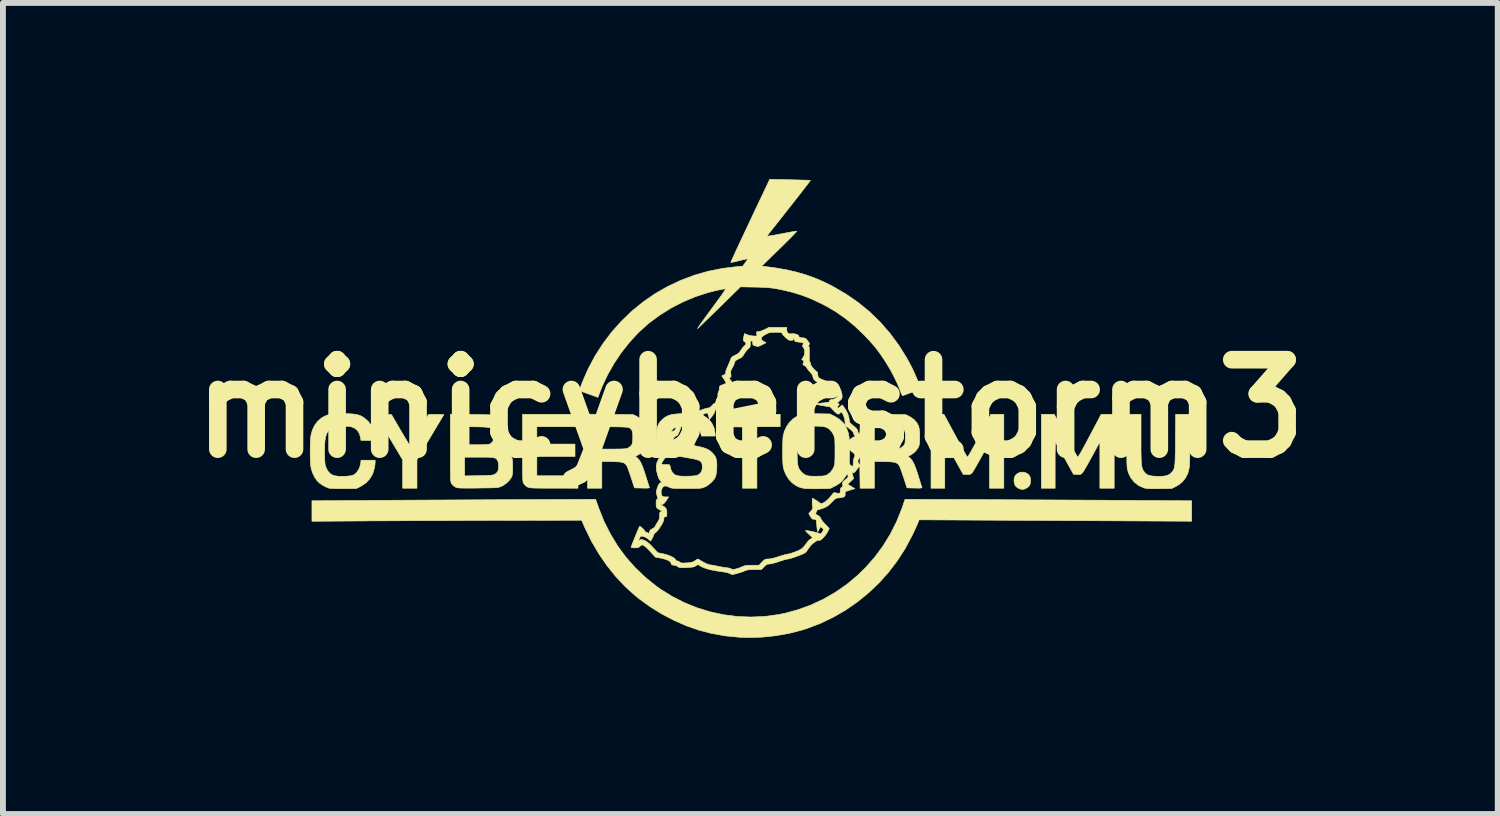
<source format=kicad_pcb>
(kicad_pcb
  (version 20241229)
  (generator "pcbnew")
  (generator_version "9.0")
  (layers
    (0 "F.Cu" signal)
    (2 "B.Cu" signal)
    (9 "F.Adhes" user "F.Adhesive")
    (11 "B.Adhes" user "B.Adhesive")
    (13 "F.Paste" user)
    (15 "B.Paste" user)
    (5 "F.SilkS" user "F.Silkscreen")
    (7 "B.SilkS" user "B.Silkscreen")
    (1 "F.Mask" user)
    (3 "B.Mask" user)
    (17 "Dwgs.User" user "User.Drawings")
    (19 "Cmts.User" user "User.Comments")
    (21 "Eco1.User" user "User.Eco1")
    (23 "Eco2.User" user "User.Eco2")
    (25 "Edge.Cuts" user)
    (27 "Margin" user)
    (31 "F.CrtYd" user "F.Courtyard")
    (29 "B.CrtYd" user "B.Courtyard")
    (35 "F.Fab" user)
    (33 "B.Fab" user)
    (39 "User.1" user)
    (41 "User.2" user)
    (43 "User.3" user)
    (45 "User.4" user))
  (footprint "minicyberstorm3"
    (layer "F.Cu")
    (at 9.732 3.912)
    (property "Reference" "minicyberstorm3" (at 0 0 0) (layer "F.SilkS") (effects (font (size 1.524 1.524) (thickness 0.3))))
    (attr through_hole)
    (fp_poly (pts (xy 4.691 1.091) (xy 4.732 1.115) (xy 4.761 1.152) (xy 4.762 1.154) (xy 4.773 1.193) (xy 4.774 1.24) (xy 4.766 1.285) (xy 4.759 1.303) (xy 4.737 1.33) (xy 4.702 1.354) (xy 4.663 1.371) (xy 4.633 1.375) (xy 4.608 1.371) (xy 4.576 1.36) (xy 4.565 1.355) (xy 4.524 1.326) (xy 4.5 1.285) (xy 4.491 1.231) (xy 4.491 1.226) (xy 4.497 1.173) (xy 4.518 1.133) (xy 4.551 1.104) (xy 4.595 1.084) (xy 4.643 1.08) (xy 4.691 1.091)) (stroke (width 0.01) (type solid)) (fill yes) (layer "F.SilkS"))
    (fp_poly (pts (xy -2.936 0.307) (xy -3.637 0.307) (xy -3.637 0.603) (xy -2.987 0.603) (xy -2.987 0.815) (xy -3.637 0.815) (xy -3.637 1.143) (xy -2.936 1.143) (xy -2.936 1.355) (xy -3.345 1.354) (xy -3.448 1.354) (xy -3.532 1.354) (xy -3.601 1.353) (xy -3.655 1.353) (xy -3.697 1.351) (xy -3.728 1.349) (xy -3.752 1.347) (xy -3.77 1.344) (xy -3.784 1.34) (xy -3.795 1.335) (xy -3.796 1.335) (xy -3.831 1.311) (xy -3.858 1.279) (xy -3.859 1.278) (xy -3.864 1.27) (xy -3.868 1.261) (xy -3.871 1.249) (xy -3.874 1.234) (xy -3.876 1.212) (xy -3.878 1.183) (xy -3.879 1.145) (xy -3.88 1.095) (xy -3.881 1.033) (xy -3.881 0.955) (xy -3.881 0.862) (xy -3.881 0.749) (xy -3.881 0.668) (xy -3.881 0.095) (xy -2.936 0.095) (xy -2.936 0.307)) (stroke (width 0.01) (type solid)) (fill yes) (layer "F.SilkS"))
    (fp_poly (pts (xy -5.347 0.098) (xy -5.346 0.098) (xy -5.221 0.101) (xy -5.45 0.484) (xy -5.679 0.868) (xy -5.679 1.355) (xy -5.923 1.355) (xy -5.923 0.87) (xy -6.152 0.487) (xy -6.2 0.406) (xy -6.245 0.33) (xy -6.286 0.262) (xy -6.32 0.203) (xy -6.348 0.156) (xy -6.368 0.122) (xy -6.379 0.103) (xy -6.38 0.099) (xy -6.371 0.098) (xy -6.345 0.097) (xy -6.306 0.097) (xy -6.258 0.097) (xy -6.247 0.098) (xy -6.113 0.101) (xy -5.962 0.36) (xy -5.923 0.426) (xy -5.887 0.487) (xy -5.856 0.539) (xy -5.831 0.58) (xy -5.813 0.608) (xy -5.804 0.621) (xy -5.804 0.622) (xy -5.797 0.614) (xy -5.781 0.59) (xy -5.757 0.552) (xy -5.727 0.503) (xy -5.692 0.445) (xy -5.654 0.38) (xy -5.645 0.364) (xy -5.605 0.297) (xy -5.569 0.236) (xy -5.537 0.184) (xy -5.511 0.142) (xy -5.492 0.113) (xy -5.482 0.1) (xy -5.481 0.099) (xy -5.467 0.098) (xy -5.437 0.097) (xy -5.396 0.097) (xy -5.347 0.098)) (stroke (width 0.01) (type solid)) (fill yes) (layer "F.SilkS"))
    (fp_poly (pts (xy 4.318 1.355) (xy 4.074 1.355) (xy 4.074 0.566) (xy 3.94 0.814) (xy 3.902 0.881) (xy 3.867 0.944) (xy 3.835 1) (xy 3.809 1.045) (xy 3.789 1.077) (xy 3.778 1.092) (xy 3.76 1.109) (xy 3.744 1.118) (xy 3.72 1.121) (xy 3.688 1.12) (xy 3.625 1.117) (xy 3.478 0.852) (xy 3.44 0.784) (xy 3.405 0.721) (xy 3.375 0.667) (xy 3.35 0.624) (xy 3.332 0.593) (xy 3.323 0.578) (xy 3.322 0.577) (xy 3.319 0.585) (xy 3.317 0.613) (xy 3.315 0.66) (xy 3.314 0.725) (xy 3.313 0.808) (xy 3.312 0.908) (xy 3.312 0.961) (xy 3.312 1.355) (xy 3.078 1.355) (xy 3.078 0.095) (xy 3.188 0.095) (xy 3.297 0.095) (xy 3.489 0.45) (xy 3.532 0.53) (xy 3.573 0.604) (xy 3.609 0.671) (xy 3.64 0.728) (xy 3.665 0.773) (xy 3.683 0.805) (xy 3.692 0.82) (xy 3.693 0.821) (xy 3.697 0.822) (xy 3.705 0.815) (xy 3.718 0.798) (xy 3.735 0.77) (xy 3.758 0.73) (xy 3.788 0.676) (xy 3.826 0.607) (xy 3.871 0.521) (xy 3.9 0.466) (xy 4.097 0.095) (xy 4.318 0.095) (xy 4.318 1.355)) (stroke (width 0.01) (type solid)) (fill yes) (layer "F.SilkS"))
    (fp_poly (pts (xy 6.198 1.355) (xy 5.954 1.355) (xy 5.954 0.566) (xy 5.819 0.814) (xy 5.782 0.881) (xy 5.747 0.944) (xy 5.715 1) (xy 5.688 1.045) (xy 5.668 1.077) (xy 5.657 1.092) (xy 5.64 1.109) (xy 5.623 1.118) (xy 5.6 1.121) (xy 5.567 1.12) (xy 5.505 1.117) (xy 5.358 0.852) (xy 5.32 0.784) (xy 5.285 0.721) (xy 5.254 0.667) (xy 5.229 0.624) (xy 5.212 0.593) (xy 5.202 0.578) (xy 5.201 0.577) (xy 5.199 0.585) (xy 5.197 0.613) (xy 5.195 0.66) (xy 5.193 0.725) (xy 5.192 0.808) (xy 5.192 0.908) (xy 5.192 0.961) (xy 5.192 1.355) (xy 4.958 1.355) (xy 4.958 0.095) (xy 5.067 0.095) (xy 5.177 0.095) (xy 5.369 0.45) (xy 5.412 0.53) (xy 5.452 0.604) (xy 5.489 0.671) (xy 5.52 0.728) (xy 5.545 0.773) (xy 5.563 0.805) (xy 5.572 0.82) (xy 5.572 0.821) (xy 5.577 0.822) (xy 5.585 0.815) (xy 5.597 0.798) (xy 5.615 0.77) (xy 5.638 0.73) (xy 5.668 0.676) (xy 5.705 0.607) (xy 5.751 0.521) (xy 5.78 0.466) (xy 5.977 0.095) (xy 6.198 0.095) (xy 6.198 1.355)) (stroke (width 0.01) (type solid)) (fill yes) (layer "F.SilkS"))
    (fp_poly (pts (xy 6.655 0.517) (xy 6.655 0.632) (xy 6.655 0.729) (xy 6.657 0.809) (xy 6.659 0.873) (xy 6.662 0.925) (xy 6.666 0.966) (xy 6.672 0.998) (xy 6.679 1.024) (xy 6.688 1.044) (xy 6.7 1.063) (xy 6.712 1.079) (xy 6.738 1.107) (xy 6.766 1.126) (xy 6.801 1.139) (xy 6.847 1.147) (xy 6.908 1.151) (xy 6.913 1.152) (xy 6.991 1.153) (xy 7.053 1.148) (xy 7.101 1.137) (xy 7.14 1.118) (xy 7.171 1.092) (xy 7.187 1.075) (xy 7.199 1.059) (xy 7.21 1.042) (xy 7.218 1.021) (xy 7.225 0.995) (xy 7.23 0.961) (xy 7.234 0.917) (xy 7.236 0.862) (xy 7.238 0.793) (xy 7.24 0.708) (xy 7.241 0.605) (xy 7.241 0.532) (xy 7.245 0.095) (xy 7.488 0.095) (xy 7.488 0.516) (xy 7.488 0.617) (xy 7.487 0.712) (xy 7.486 0.799) (xy 7.484 0.873) (xy 7.482 0.935) (xy 7.48 0.979) (xy 7.477 1.005) (xy 7.453 1.099) (xy 7.413 1.18) (xy 7.357 1.249) (xy 7.286 1.304) (xy 7.257 1.32) (xy 7.179 1.36) (xy 6.965 1.362) (xy 6.891 1.363) (xy 6.833 1.363) (xy 6.79 1.362) (xy 6.756 1.359) (xy 6.73 1.355) (xy 6.707 1.35) (xy 6.695 1.346) (xy 6.612 1.307) (xy 6.541 1.251) (xy 6.484 1.182) (xy 6.443 1.1) (xy 6.422 1.029) (xy 6.419 1.001) (xy 6.416 0.952) (xy 6.414 0.884) (xy 6.412 0.797) (xy 6.411 0.691) (xy 6.411 0.567) (xy 6.411 0.534) (xy 6.411 0.095) (xy 6.655 0.095) (xy 6.655 0.517)) (stroke (width 0.01) (type solid)) (fill yes) (layer "F.SilkS"))
    (fp_poly (pts (xy -2.385 0.097) (xy -1.996 0.101) (xy -1.928 0.135) (xy -1.86 0.18) (xy -1.81 0.234) (xy -1.777 0.297) (xy -1.773 0.311) (xy -1.765 0.35) (xy -1.76 0.404) (xy -1.758 0.464) (xy -1.758 0.525) (xy -1.761 0.58) (xy -1.767 0.622) (xy -1.769 0.628) (xy -1.787 0.669) (xy -1.819 0.713) (xy -1.86 0.753) (xy -1.903 0.783) (xy -1.911 0.788) (xy -1.958 0.811) (xy -1.921 0.843) (xy -1.9 0.865) (xy -1.88 0.893) (xy -1.86 0.931) (xy -1.839 0.979) (xy -1.816 1.042) (xy -1.789 1.122) (xy -1.778 1.159) (xy -1.76 1.216) (xy -1.744 1.266) (xy -1.731 1.307) (xy -1.722 1.333) (xy -1.72 1.342) (xy -1.722 1.347) (xy -1.734 1.351) (xy -1.76 1.353) (xy -1.802 1.353) (xy -1.844 1.352) (xy -1.974 1.349) (xy -2.031 1.174) (xy -2.051 1.115) (xy -2.07 1.061) (xy -2.086 1.016) (xy -2.099 0.984) (xy -2.106 0.971) (xy -2.122 0.948) (xy -2.141 0.932) (xy -2.165 0.92) (xy -2.199 0.911) (xy -2.244 0.906) (xy -2.305 0.903) (xy -2.36 0.901) (xy -2.53 0.898) (xy -2.53 1.355) (xy -2.774 1.355) (xy -2.774 0.688) (xy -2.53 0.688) (xy -2.326 0.688) (xy -2.248 0.687) (xy -2.187 0.686) (xy -2.142 0.683) (xy -2.111 0.679) (xy -2.091 0.674) (xy -2.09 0.673) (xy -2.06 0.655) (xy -2.032 0.63) (xy -2.032 0.63) (xy -2.02 0.614) (xy -2.012 0.595) (xy -2.007 0.569) (xy -2.004 0.529) (xy -2.003 0.507) (xy -2.003 0.444) (xy -2.008 0.398) (xy -2.02 0.364) (xy -2.04 0.34) (xy -2.051 0.331) (xy -2.062 0.325) (xy -2.077 0.32) (xy -2.098 0.316) (xy -2.129 0.314) (xy -2.172 0.312) (xy -2.229 0.31) (xy -2.304 0.309) (xy -2.53 0.305) (xy -2.53 0.688) (xy -2.774 0.688) (xy -2.774 0.094) (xy -2.385 0.097)) (stroke (width 0.01) (type solid)) (fill yes) (layer "F.SilkS"))
    (fp_poly (pts (xy -6.846 0.086) (xy -6.776 0.09) (xy -6.718 0.097) (xy -6.671 0.109) (xy -6.629 0.125) (xy -6.591 0.148) (xy -6.57 0.163) (xy -6.508 0.218) (xy -6.46 0.282) (xy -6.426 0.357) (xy -6.403 0.448) (xy -6.396 0.489) (xy -6.389 0.54) (xy -6.633 0.54) (xy -6.64 0.495) (xy -6.659 0.425) (xy -6.693 0.371) (xy -6.741 0.331) (xy -6.803 0.307) (xy -6.807 0.306) (xy -6.843 0.301) (xy -6.892 0.298) (xy -6.948 0.298) (xy -6.974 0.298) (xy -7.027 0.301) (xy -7.065 0.305) (xy -7.093 0.311) (xy -7.117 0.321) (xy -7.13 0.328) (xy -7.168 0.355) (xy -7.198 0.389) (xy -7.22 0.432) (xy -7.237 0.486) (xy -7.247 0.554) (xy -7.252 0.638) (xy -7.253 0.739) (xy -7.252 0.778) (xy -7.251 0.845) (xy -7.249 0.895) (xy -7.246 0.931) (xy -7.242 0.959) (xy -7.236 0.981) (xy -7.228 1.002) (xy -7.22 1.02) (xy -7.193 1.067) (xy -7.161 1.103) (xy -7.122 1.128) (xy -7.072 1.144) (xy -7.008 1.152) (xy -6.929 1.152) (xy -6.911 1.152) (xy -6.849 1.148) (xy -6.802 1.142) (xy -6.767 1.132) (xy -6.739 1.116) (xy -6.714 1.094) (xy -6.704 1.083) (xy -6.664 1.023) (xy -6.641 0.954) (xy -6.638 0.931) (xy -6.632 0.878) (xy -6.391 0.878) (xy -6.391 0.908) (xy -6.395 0.961) (xy -6.407 1.023) (xy -6.424 1.082) (xy -6.438 1.119) (xy -6.485 1.197) (xy -6.547 1.264) (xy -6.625 1.316) (xy -6.632 1.32) (xy -6.71 1.36) (xy -6.923 1.362) (xy -6.99 1.362) (xy -7.052 1.361) (xy -7.106 1.36) (xy -7.148 1.357) (xy -7.174 1.355) (xy -7.177 1.354) (xy -7.232 1.333) (xy -7.291 1.301) (xy -7.345 1.262) (xy -7.377 1.231) (xy -7.421 1.169) (xy -7.457 1.094) (xy -7.482 1.014) (xy -7.487 0.984) (xy -7.492 0.943) (xy -7.495 0.886) (xy -7.497 0.817) (xy -7.498 0.742) (xy -7.497 0.666) (xy -7.496 0.594) (xy -7.493 0.531) (xy -7.489 0.482) (xy -7.487 0.466) (xy -7.464 0.372) (xy -7.425 0.288) (xy -7.372 0.216) (xy -7.306 0.159) (xy -7.293 0.151) (xy -7.254 0.129) (xy -7.215 0.112) (xy -7.172 0.1) (xy -7.122 0.092) (xy -7.061 0.087) (xy -6.985 0.085) (xy -6.933 0.085) (xy -6.846 0.086)) (stroke (width 0.01) (type solid)) (fill yes) (layer "F.SilkS"))
    (fp_poly (pts (xy -2.582 1.695) (xy -2.491 1.923) (xy -2.382 2.138) (xy -2.258 2.342) (xy -2.117 2.533) (xy -1.96 2.71) (xy -1.788 2.874) (xy -1.602 3.024) (xy -1.529 3.076) (xy -1.329 3.2) (xy -1.12 3.306) (xy -0.904 3.393) (xy -0.682 3.461) (xy -0.454 3.51) (xy -0.224 3.54) (xy 0.009 3.549) (xy 0.242 3.539) (xy 0.474 3.508) (xy 0.58 3.487) (xy 0.808 3.426) (xy 1.03 3.345) (xy 1.243 3.246) (xy 1.447 3.129) (xy 1.641 2.995) (xy 1.823 2.843) (xy 1.966 2.704) (xy 2.12 2.528) (xy 2.26 2.339) (xy 2.383 2.139) (xy 2.489 1.93) (xy 2.577 1.713) (xy 2.587 1.685) (xy 2.635 1.544) (xy 4.15 1.55) (xy 4.343 1.551) (xy 4.544 1.552) (xy 4.749 1.553) (xy 4.957 1.554) (xy 5.165 1.555) (xy 5.371 1.556) (xy 5.573 1.557) (xy 5.768 1.558) (xy 5.955 1.559) (xy 6.131 1.56) (xy 6.293 1.561) (xy 6.44 1.562) (xy 6.569 1.562) (xy 6.591 1.563) (xy 7.518 1.569) (xy 7.518 1.917) (xy 6.347 1.911) (xy 6.163 1.91) (xy 5.962 1.909) (xy 5.749 1.908) (xy 5.527 1.907) (xy 5.3 1.906) (xy 5.071 1.904) (xy 4.844 1.903) (xy 4.623 1.902) (xy 4.411 1.901) (xy 4.213 1.9) (xy 4.03 1.899) (xy 4.026 1.899) (xy 2.875 1.893) (xy 2.853 1.949) (xy 2.84 1.979) (xy 2.821 2.022) (xy 2.797 2.074) (xy 2.77 2.131) (xy 2.756 2.16) (xy 2.64 2.379) (xy 2.506 2.587) (xy 2.357 2.783) (xy 2.193 2.966) (xy 2.016 3.135) (xy 1.826 3.29) (xy 1.624 3.43) (xy 1.412 3.552) (xy 1.191 3.658) (xy 0.962 3.745) (xy 0.876 3.772) (xy 0.657 3.828) (xy 0.429 3.868) (xy 0.197 3.892) (xy -0.035 3.899) (xy -0.183 3.894) (xy -0.429 3.87) (xy -0.672 3.826) (xy -0.875 3.773) (xy -1.085 3.7) (xy -1.296 3.608) (xy -1.503 3.5) (xy -1.702 3.377) (xy -1.89 3.241) (xy -1.966 3.18) (xy -2.136 3.026) (xy -2.297 2.854) (xy -2.447 2.667) (xy -2.583 2.468) (xy -2.706 2.258) (xy -2.812 2.041) (xy -2.815 2.035) (xy -2.874 1.9) (xy -4.249 1.903) (xy -4.436 1.903) (xy -4.631 1.904) (xy -4.832 1.904) (xy -5.036 1.905) (xy -5.24 1.906) (xy -5.444 1.906) (xy -5.642 1.907) (xy -5.835 1.908) (xy -6.018 1.909) (xy -6.189 1.91) (xy -6.346 1.911) (xy -6.486 1.911) (xy -6.546 1.912) (xy -7.468 1.918) (xy -7.468 1.569) (xy -6.551 1.563) (xy -6.426 1.562) (xy -6.282 1.561) (xy -6.123 1.56) (xy -5.951 1.559) (xy -5.767 1.558) (xy -5.574 1.557) (xy -5.374 1.556) (xy -5.17 1.555) (xy -4.963 1.554) (xy -4.756 1.553) (xy -4.551 1.552) (xy -4.351 1.551) (xy -4.157 1.55) (xy -4.135 1.55) (xy -2.636 1.544) (xy -2.582 1.695)) (stroke (width 0.01) (type solid)) (fill yes) (layer "F.SilkS"))
    (fp_poly (pts (xy -4.742 0.098) (xy -4.624 0.1) (xy -4.526 0.102) (xy -4.448 0.104) (xy -4.39 0.107) (xy -4.353 0.111) (xy -4.338 0.114) (xy -4.276 0.143) (xy -4.22 0.181) (xy -4.176 0.226) (xy -4.161 0.248) (xy -4.147 0.273) (xy -4.138 0.296) (xy -4.132 0.323) (xy -4.129 0.359) (xy -4.127 0.41) (xy -4.127 0.411) (xy -4.126 0.481) (xy -4.13 0.534) (xy -4.14 0.576) (xy -4.157 0.61) (xy -4.183 0.642) (xy -4.186 0.646) (xy -4.226 0.688) (xy -4.188 0.708) (xy -4.141 0.741) (xy -4.098 0.785) (xy -4.066 0.831) (xy -4.058 0.85) (xy -4.053 0.877) (xy -4.05 0.915) (xy -4.049 0.968) (xy -4.049 0.995) (xy -4.049 1.052) (xy -4.051 1.093) (xy -4.054 1.123) (xy -4.06 1.146) (xy -4.069 1.167) (xy -4.071 1.171) (xy -4.106 1.221) (xy -4.154 1.268) (xy -4.21 1.307) (xy -4.245 1.325) (xy -4.262 1.331) (xy -4.278 1.337) (xy -4.297 1.341) (xy -4.32 1.344) (xy -4.35 1.346) (xy -4.39 1.348) (xy -4.442 1.349) (xy -4.507 1.35) (xy -4.59 1.351) (xy -4.643 1.352) (xy -4.736 1.353) (xy -4.811 1.353) (xy -4.87 1.353) (xy -4.916 1.352) (xy -4.95 1.351) (xy -4.976 1.349) (xy -4.995 1.346) (xy -5.009 1.342) (xy -5.022 1.336) (xy -5.025 1.335) (xy -5.059 1.312) (xy -5.087 1.281) (xy -5.089 1.278) (xy -5.093 1.27) (xy -5.097 1.261) (xy -5.101 1.249) (xy -5.103 1.234) (xy -5.106 1.212) (xy -5.107 1.183) (xy -5.108 1.145) (xy -5.109 1.095) (xy -5.11 1.033) (xy -5.11 0.956) (xy -5.11 0.862) (xy -5.11 0.826) (xy -4.867 0.826) (xy -4.867 1.145) (xy -4.63 1.141) (xy -4.551 1.139) (xy -4.489 1.138) (xy -4.442 1.135) (xy -4.407 1.132) (xy -4.382 1.128) (xy -4.364 1.123) (xy -4.357 1.12) (xy -4.327 1.099) (xy -4.305 1.073) (xy -4.303 1.07) (xy -4.292 1.033) (xy -4.288 0.985) (xy -4.291 0.937) (xy -4.3 0.896) (xy -4.303 0.889) (xy -4.313 0.87) (xy -4.325 0.856) (xy -4.342 0.845) (xy -4.365 0.837) (xy -4.397 0.831) (xy -4.441 0.828) (xy -4.499 0.826) (xy -4.573 0.826) (xy -4.622 0.826) (xy -4.867 0.826) (xy -5.11 0.826) (xy -5.11 0.75) (xy -5.11 0.668) (xy -5.11 0.614) (xy -4.867 0.614) (xy -4.663 0.614) (xy -4.589 0.614) (xy -4.533 0.612) (xy -4.491 0.61) (xy -4.461 0.607) (xy -4.441 0.603) (xy -4.429 0.598) (xy -4.403 0.576) (xy -4.384 0.551) (xy -4.374 0.516) (xy -4.369 0.47) (xy -4.371 0.423) (xy -4.378 0.384) (xy -4.381 0.375) (xy -4.391 0.356) (xy -4.405 0.341) (xy -4.425 0.329) (xy -4.453 0.321) (xy -4.492 0.316) (xy -4.545 0.312) (xy -4.614 0.31) (xy -4.661 0.309) (xy -4.867 0.305) (xy -4.867 0.614) (xy -5.11 0.614) (xy -5.11 0.094) (xy -4.742 0.098)) (stroke (width 0.01) (type solid)) (fill yes) (layer "F.SilkS"))
    (fp_poly (pts (xy 0.676 -3.9) (xy 0.757 -3.898) (xy 0.832 -3.896) (xy 0.898 -3.894) (xy 0.953 -3.893) (xy 0.993 -3.891) (xy 1.018 -3.89) (xy 1.024 -3.889) (xy 1.019 -3.881) (xy 1.001 -3.858) (xy 0.973 -3.821) (xy 0.936 -3.773) (xy 0.891 -3.715) (xy 0.839 -3.648) (xy 0.781 -3.574) (xy 0.719 -3.495) (xy 0.653 -3.411) (xy 0.586 -3.326) (xy 0.518 -3.239) (xy 0.45 -3.153) (xy 0.384 -3.07) (xy 0.322 -2.992) (xy 0.302 -2.965) (xy 0.289 -2.945) (xy 0.286 -2.938) (xy 0.296 -2.939) (xy 0.324 -2.943) (xy 0.366 -2.95) (xy 0.42 -2.959) (xy 0.483 -2.971) (xy 0.533 -2.98) (xy 0.602 -2.993) (xy 0.664 -3.004) (xy 0.716 -3.014) (xy 0.757 -3.02) (xy 0.783 -3.024) (xy 0.79 -3.024) (xy 0.786 -3.017) (xy 0.768 -2.996) (xy 0.738 -2.965) (xy 0.698 -2.923) (xy 0.648 -2.873) (xy 0.591 -2.817) (xy 0.529 -2.755) (xy 0.498 -2.725) (xy 0.193 -2.429) (xy 0.262 -2.421) (xy 0.451 -2.395) (xy 0.625 -2.364) (xy 0.785 -2.327) (xy 0.937 -2.283) (xy 1.085 -2.231) (xy 1.23 -2.169) (xy 1.379 -2.097) (xy 1.412 -2.079) (xy 1.632 -1.951) (xy 1.84 -1.807) (xy 2.034 -1.648) (xy 2.214 -1.473) (xy 2.379 -1.283) (xy 2.53 -1.079) (xy 2.666 -0.861) (xy 2.746 -0.712) (xy 2.772 -0.658) (xy 2.799 -0.599) (xy 2.825 -0.539) (xy 2.849 -0.482) (xy 2.87 -0.43) (xy 2.886 -0.387) (xy 2.896 -0.355) (xy 2.898 -0.338) (xy 2.898 -0.337) (xy 2.886 -0.331) (xy 2.86 -0.321) (xy 2.822 -0.306) (xy 2.778 -0.289) (xy 2.73 -0.271) (xy 2.684 -0.254) (xy 2.643 -0.239) (xy 2.612 -0.228) (xy 2.594 -0.223) (xy 2.592 -0.222) (xy 2.585 -0.231) (xy 2.573 -0.256) (xy 2.559 -0.292) (xy 2.551 -0.313) (xy 2.503 -0.431) (xy 2.442 -0.557) (xy 2.372 -0.686) (xy 2.294 -0.814) (xy 2.213 -0.934) (xy 2.136 -1.037) (xy 2.1 -1.08) (xy 2.054 -1.132) (xy 2.002 -1.188) (xy 1.95 -1.243) (xy 1.924 -1.27) (xy 1.773 -1.413) (xy 1.62 -1.538) (xy 1.459 -1.65) (xy 1.287 -1.751) (xy 1.224 -1.783) (xy 1.054 -1.864) (xy 0.887 -1.93) (xy 0.716 -1.983) (xy 0.535 -2.026) (xy 0.467 -2.039) (xy 0.413 -2.049) (xy 0.362 -2.056) (xy 0.31 -2.061) (xy 0.254 -2.065) (xy 0.187 -2.068) (xy 0.106 -2.071) (xy 0.076 -2.071) (xy -0.168 -2.076) (xy -0.531 -1.721) (xy -0.603 -1.65) (xy -0.67 -1.585) (xy -0.732 -1.525) (xy -0.786 -1.473) (xy -0.831 -1.429) (xy -0.866 -1.396) (xy -0.889 -1.374) (xy -0.9 -1.365) (xy -0.9 -1.365) (xy -0.895 -1.374) (xy -0.879 -1.398) (xy -0.851 -1.438) (xy -0.811 -1.493) (xy -0.761 -1.563) (xy -0.701 -1.646) (xy -0.63 -1.742) (xy -0.55 -1.852) (xy -0.484 -1.942) (xy -0.458 -1.98) (xy -0.438 -2.011) (xy -0.426 -2.032) (xy -0.426 -2.04) (xy -0.442 -2.04) (xy -0.475 -2.035) (xy -0.521 -2.026) (xy -0.577 -2.014) (xy -0.639 -1.999) (xy -0.705 -1.982) (xy -0.721 -1.978) (xy -0.931 -1.91) (xy -1.14 -1.823) (xy -1.343 -1.719) (xy -1.537 -1.598) (xy -1.718 -1.465) (xy -1.758 -1.432) (xy -1.913 -1.29) (xy -2.06 -1.13) (xy -2.197 -0.957) (xy -2.321 -0.772) (xy -2.43 -0.58) (xy -2.523 -0.383) (xy -2.558 -0.295) (xy -2.596 -0.193) (xy -2.751 -0.249) (xy -2.804 -0.268) (xy -2.849 -0.284) (xy -2.884 -0.298) (xy -2.906 -0.306) (xy -2.911 -0.308) (xy -2.908 -0.319) (xy -2.9 -0.346) (xy -2.886 -0.385) (xy -2.868 -0.433) (xy -2.862 -0.45) (xy -2.763 -0.678) (xy -2.646 -0.897) (xy -2.511 -1.108) (xy -2.36 -1.307) (xy -2.2 -1.487) (xy -2.019 -1.662) (xy -1.825 -1.819) (xy -1.621 -1.96) (xy -1.406 -2.083) (xy -1.182 -2.188) (xy -0.95 -2.275) (xy -0.711 -2.343) (xy -0.465 -2.391) (xy -0.271 -2.415) (xy -0.13 -2.428) (xy -0.085 -2.488) (xy -0.064 -2.519) (xy -0.048 -2.542) (xy -0.041 -2.553) (xy -0.041 -2.554) (xy -0.05 -2.553) (xy -0.075 -2.548) (xy -0.114 -2.54) (xy -0.162 -2.528) (xy -0.184 -2.523) (xy -0.236 -2.51) (xy -0.279 -2.5) (xy -0.312 -2.494) (xy -0.331 -2.491) (xy -0.333 -2.492) (xy -0.329 -2.502) (xy -0.317 -2.529) (xy -0.298 -2.573) (xy -0.271 -2.631) (xy -0.239 -2.702) (xy -0.2 -2.785) (xy -0.157 -2.877) (xy -0.109 -2.978) (xy -0.058 -3.087) (xy -0.004 -3.201) (xy -0.004 -3.202) (xy 0.33 -3.907) (xy 0.676 -3.9)) (stroke (width 0.01) (type solid)) (fill yes) (layer "F.SilkS"))
    (fp_poly (pts (xy 0.62 -1.346) (xy 0.626 -1.305) (xy 0.646 -1.281) (xy 0.677 -1.274) (xy 0.695 -1.276) (xy 0.729 -1.278) (xy 0.765 -1.273) (xy 0.796 -1.263) (xy 0.817 -1.25) (xy 0.823 -1.238) (xy 0.832 -1.221) (xy 0.86 -1.21) (xy 0.904 -1.206) (xy 0.927 -1.203) (xy 0.947 -1.191) (xy 0.969 -1.168) (xy 0.978 -1.156) (xy 0.998 -1.128) (xy 1.007 -1.111) (xy 1.006 -1.098) (xy 1 -1.089) (xy 0.99 -1.072) (xy 0.996 -1.064) (xy 1.001 -1.05) (xy 1.004 -1.017) (xy 1.005 -0.963) (xy 1.004 -0.928) (xy 1.004 -0.869) (xy 1.005 -0.829) (xy 1.008 -0.806) (xy 1.014 -0.796) (xy 1.014 -0.796) (xy 1.023 -0.784) (xy 1.026 -0.764) (xy 1.033 -0.739) (xy 1.053 -0.708) (xy 1.078 -0.68) (xy 1.105 -0.653) (xy 1.127 -0.633) (xy 1.139 -0.625) (xy 1.139 -0.624) (xy 1.145 -0.615) (xy 1.148 -0.592) (xy 1.148 -0.583) (xy 1.153 -0.55) (xy 1.164 -0.528) (xy 1.185 -0.515) (xy 1.22 -0.498) (xy 1.262 -0.481) (xy 1.304 -0.465) (xy 1.342 -0.453) (xy 1.361 -0.449) (xy 1.391 -0.44) (xy 1.429 -0.424) (xy 1.459 -0.408) (xy 1.493 -0.386) (xy 1.515 -0.366) (xy 1.531 -0.34) (xy 1.541 -0.317) (xy 1.554 -0.276) (xy 1.562 -0.235) (xy 1.564 -0.215) (xy 1.562 -0.187) (xy 1.554 -0.166) (xy 1.533 -0.146) (xy 1.524 -0.138) (xy 1.495 -0.111) (xy 1.484 -0.093) (xy 1.491 -0.085) (xy 1.499 -0.085) (xy 1.512 -0.08) (xy 1.514 -0.075) (xy 1.507 -0.062) (xy 1.499 -0.053) (xy 1.486 -0.035) (xy 1.484 -0.019) (xy 1.494 -0.011) (xy 1.496 -0.011) (xy 1.51 -0.017) (xy 1.531 -0.034) (xy 1.536 -0.039) (xy 1.555 -0.056) (xy 1.567 -0.063) (xy 1.568 -0.063) (xy 1.624 0.018) (xy 1.663 0.095) (xy 1.683 0.169) (xy 1.687 0.206) (xy 1.69 0.224) (xy 1.699 0.242) (xy 1.72 0.262) (xy 1.753 0.29) (xy 1.758 0.294) (xy 1.798 0.329) (xy 1.822 0.356) (xy 1.829 0.372) (xy 1.833 0.398) (xy 1.844 0.421) (xy 1.857 0.434) (xy 1.86 0.434) (xy 1.863 0.424) (xy 1.866 0.395) (xy 1.868 0.349) (xy 1.869 0.29) (xy 1.869 0.264) (xy 1.869 0.094) (xy 2.258 0.097) (xy 2.647 0.101) (xy 2.715 0.135) (xy 2.783 0.18) (xy 2.833 0.234) (xy 2.866 0.297) (xy 2.87 0.311) (xy 2.878 0.35) (xy 2.883 0.404) (xy 2.885 0.464) (xy 2.885 0.525) (xy 2.882 0.58) (xy 2.876 0.622) (xy 2.874 0.628) (xy 2.856 0.669) (xy 2.824 0.713) (xy 2.784 0.753) (xy 2.741 0.783) (xy 2.732 0.788) (xy 2.685 0.811) (xy 2.722 0.843) (xy 2.743 0.865) (xy 2.763 0.893) (xy 2.783 0.931) (xy 2.804 0.979) (xy 2.827 1.042) (xy 2.854 1.122) (xy 2.865 1.159) (xy 2.883 1.216) (xy 2.899 1.266) (xy 2.912 1.307) (xy 2.921 1.333) (xy 2.924 1.342) (xy 2.922 1.347) (xy 2.909 1.351) (xy 2.883 1.353) (xy 2.841 1.353) (xy 2.799 1.352) (xy 2.669 1.349) (xy 2.612 1.174) (xy 2.592 1.115) (xy 2.573 1.061) (xy 2.557 1.016) (xy 2.544 0.984) (xy 2.537 0.971) (xy 2.521 0.948) (xy 2.502 0.932) (xy 2.478 0.92) (xy 2.444 0.911) (xy 2.399 0.906) (xy 2.339 0.903) (xy 2.283 0.901) (xy 2.113 0.898) (xy 2.113 1.355) (xy 1.87 1.355) (xy 1.867 1.162) (xy 1.864 0.968) (xy 1.815 1.035) (xy 1.79 1.068) (xy 1.773 1.086) (xy 1.76 1.093) (xy 1.748 1.091) (xy 1.747 1.09) (xy 1.737 1.085) (xy 1.733 1.089) (xy 1.736 1.105) (xy 1.744 1.135) (xy 1.76 1.191) (xy 1.708 1.239) (xy 1.657 1.287) (xy 1.718 1.324) (xy 1.779 1.362) (xy 1.697 1.387) (xy 1.616 1.413) (xy 1.615 1.453) (xy 1.613 1.481) (xy 1.602 1.497) (xy 1.587 1.505) (xy 1.561 1.513) (xy 1.524 1.518) (xy 1.508 1.519) (xy 1.483 1.521) (xy 1.463 1.527) (xy 1.444 1.538) (xy 1.421 1.558) (xy 1.389 1.591) (xy 1.386 1.594) (xy 1.347 1.632) (xy 1.315 1.658) (xy 1.283 1.677) (xy 1.245 1.693) (xy 1.208 1.706) (xy 1.177 1.715) (xy 1.158 1.718) (xy 1.157 1.717) (xy 1.14 1.726) (xy 1.125 1.754) (xy 1.125 1.754) (xy 1.11 1.794) (xy 1.154 1.82) (xy 1.186 1.844) (xy 1.199 1.865) (xy 1.199 1.868) (xy 1.206 1.884) (xy 1.225 1.911) (xy 1.252 1.944) (xy 1.272 1.965) (xy 1.344 2.041) (xy 1.315 2.1) (xy 1.295 2.133) (xy 1.269 2.167) (xy 1.241 2.199) (xy 1.213 2.225) (xy 1.189 2.242) (xy 1.173 2.247) (xy 1.168 2.244) (xy 1.159 2.239) (xy 1.142 2.245) (xy 1.112 2.262) (xy 1.103 2.267) (xy 1.066 2.295) (xy 1.033 2.327) (xy 0.999 2.369) (xy 0.962 2.424) (xy 0.95 2.439) (xy 0.935 2.453) (xy 0.914 2.465) (xy 0.883 2.48) (xy 0.838 2.498) (xy 0.802 2.511) (xy 0.75 2.53) (xy 0.703 2.545) (xy 0.666 2.556) (xy 0.641 2.561) (xy 0.637 2.561) (xy 0.617 2.565) (xy 0.582 2.573) (xy 0.538 2.587) (xy 0.489 2.603) (xy 0.488 2.603) (xy 0.437 2.62) (xy 0.388 2.634) (xy 0.348 2.643) (xy 0.322 2.646) (xy 0.296 2.648) (xy 0.275 2.656) (xy 0.252 2.675) (xy 0.234 2.693) (xy 0.189 2.741) (xy 0.069 2.741) (xy 0.015 2.742) (xy -0.025 2.744) (xy -0.055 2.748) (xy -0.081 2.756) (xy -0.105 2.766) (xy -0.136 2.779) (xy -0.176 2.792) (xy -0.22 2.805) (xy -0.261 2.816) (xy -0.294 2.823) (xy -0.312 2.825) (xy -0.326 2.82) (xy -0.348 2.809) (xy -0.35 2.808) (xy -0.377 2.797) (xy -0.415 2.788) (xy -0.442 2.783) (xy -0.559 2.766) (xy -0.658 2.748) (xy -0.74 2.727) (xy -0.802 2.705) (xy -0.831 2.691) (xy -0.894 2.655) (xy -0.93 2.678) (xy -0.949 2.688) (xy -0.973 2.696) (xy -1.004 2.701) (xy -1.048 2.704) (xy -1.086 2.707) (xy -1.138 2.709) (xy -1.174 2.709) (xy -1.198 2.707) (xy -1.215 2.703) (xy -1.228 2.695) (xy -1.235 2.69) (xy -1.263 2.674) (xy -1.291 2.667) (xy -1.291 2.667) (xy -1.327 2.663) (xy -1.346 2.65) (xy -1.351 2.631) (xy -1.361 2.609) (xy -1.39 2.589) (xy -1.436 2.569) (xy -1.498 2.552) (xy -1.53 2.545) (xy -1.618 2.528) (xy -1.703 2.435) (xy -1.739 2.397) (xy -1.773 2.364) (xy -1.802 2.34) (xy -1.819 2.328) (xy -1.841 2.321) (xy -1.857 2.324) (xy -1.877 2.342) (xy -1.878 2.343) (xy -1.897 2.359) (xy -1.918 2.367) (xy -1.948 2.37) (xy -1.969 2.371) (xy -2.002 2.369) (xy -2.025 2.366) (xy -2.032 2.361) (xy -2.028 2.349) (xy -2.018 2.321) (xy -2.002 2.281) (xy -1.989 2.247) (xy -1.899 2.247) (xy -1.891 2.247) (xy -1.88 2.239) (xy -1.868 2.229) (xy -1.856 2.226) (xy -1.837 2.231) (xy -1.806 2.243) (xy -1.803 2.245) (xy -1.771 2.261) (xy -1.739 2.285) (xy -1.702 2.319) (xy -1.661 2.362) (xy -1.575 2.454) (xy -1.487 2.471) (xy -1.433 2.485) (xy -1.381 2.502) (xy -1.335 2.523) (xy -1.299 2.544) (xy -1.277 2.564) (xy -1.273 2.573) (xy -1.26 2.59) (xy -1.248 2.593) (xy -1.225 2.599) (xy -1.203 2.613) (xy -1.189 2.622) (xy -1.171 2.628) (xy -1.146 2.629) (xy -1.107 2.628) (xy -1.085 2.627) (xy -1.037 2.623) (xy -1.003 2.618) (xy -0.976 2.609) (xy -0.949 2.595) (xy -0.943 2.59) (xy -0.894 2.559) (xy -0.815 2.606) (xy -0.753 2.639) (xy -0.701 2.657) (xy -0.681 2.661) (xy -0.645 2.666) (xy -0.597 2.675) (xy -0.547 2.685) (xy -0.529 2.689) (xy -0.484 2.698) (xy -0.442 2.705) (xy -0.41 2.709) (xy -0.401 2.709) (xy -0.368 2.714) (xy -0.334 2.725) (xy -0.334 2.725) (xy -0.311 2.735) (xy -0.298 2.74) (xy -0.298 2.741) (xy -0.288 2.739) (xy -0.264 2.734) (xy -0.243 2.729) (xy -0.201 2.717) (xy -0.156 2.7) (xy -0.138 2.692) (xy -0.112 2.681) (xy -0.087 2.674) (xy -0.057 2.669) (xy -0.016 2.668) (xy 0.031 2.667) (xy 0.148 2.667) (xy 0.198 2.614) (xy 0.226 2.586) (xy 0.246 2.57) (xy 0.266 2.563) (xy 0.292 2.561) (xy 0.303 2.561) (xy 0.348 2.556) (xy 0.41 2.542) (xy 0.485 2.519) (xy 0.535 2.503) (xy 0.581 2.49) (xy 0.616 2.48) (xy 0.638 2.477) (xy 0.64 2.477) (xy 0.661 2.473) (xy 0.695 2.463) (xy 0.738 2.449) (xy 0.768 2.438) (xy 0.824 2.415) (xy 0.866 2.392) (xy 0.9 2.364) (xy 0.932 2.326) (xy 0.962 2.284) (xy 0.987 2.253) (xy 1.018 2.226) (xy 1.025 2.222) (xy 1.061 2.199) (xy 0.996 2.137) (xy 0.967 2.11) (xy 0.948 2.088) (xy 0.939 2.076) (xy 0.94 2.075) (xy 0.963 2.077) (xy 0.998 2.082) (xy 1.04 2.09) (xy 1.083 2.099) (xy 1.124 2.109) (xy 1.156 2.118) (xy 1.176 2.125) (xy 1.179 2.128) (xy 1.192 2.134) (xy 1.209 2.123) (xy 1.228 2.097) (xy 1.235 2.084) (xy 1.243 2.063) (xy 1.239 2.047) (xy 1.226 2.033) (xy 1.208 2.018) (xy 1.197 2.011) (xy 1.197 2.011) (xy 1.19 2.02) (xy 1.179 2.041) (xy 1.173 2.053) (xy 1.161 2.079) (xy 1.15 2.094) (xy 1.147 2.095) (xy 1.143 2.086) (xy 1.139 2.06) (xy 1.135 2.022) (xy 1.133 2.003) (xy 1.129 1.951) (xy 1.125 1.917) (xy 1.12 1.897) (xy 1.112 1.887) (xy 1.099 1.884) (xy 1.085 1.884) (xy 1.063 1.881) (xy 1.047 1.87) (xy 1.03 1.847) (xy 1.023 1.835) (xy 0.995 1.787) (xy 1.032 1.744) (xy 1.054 1.715) (xy 1.063 1.694) (xy 1.062 1.679) (xy 1.056 1.656) (xy 1.054 1.628) (xy 1.054 1.589) (xy 1.055 1.569) (xy 1.057 1.524) (xy 1.109 1.555) (xy 1.142 1.575) (xy 1.169 1.594) (xy 1.182 1.604) (xy 1.196 1.614) (xy 1.21 1.615) (xy 1.232 1.609) (xy 1.245 1.604) (xy 1.281 1.582) (xy 1.323 1.546) (xy 1.366 1.499) (xy 1.398 1.456) (xy 1.414 1.437) (xy 1.429 1.43) (xy 1.452 1.434) (xy 1.459 1.435) (xy 1.497 1.443) (xy 1.52 1.44) (xy 1.531 1.424) (xy 1.534 1.394) (xy 1.534 1.392) (xy 1.536 1.362) (xy 1.543 1.347) (xy 1.556 1.341) (xy 1.57 1.334) (xy 1.574 1.32) (xy 1.572 1.292) (xy 1.572 1.292) (xy 1.57 1.268) (xy 1.574 1.251) (xy 1.587 1.235) (xy 1.613 1.214) (xy 1.616 1.212) (xy 1.646 1.189) (xy 1.661 1.17) (xy 1.665 1.151) (xy 1.66 1.126) (xy 1.66 1.125) (xy 1.656 1.115) (xy 1.649 1.116) (xy 1.637 1.13) (xy 1.617 1.16) (xy 1.614 1.164) (xy 1.574 1.219) (xy 1.529 1.263) (xy 1.473 1.301) (xy 1.426 1.326) (xy 1.356 1.36) (xy 1.146 1.364) (xy 1.062 1.364) (xy 0.994 1.363) (xy 0.94 1.36) (xy 0.896 1.354) (xy 0.857 1.344) (xy 0.821 1.331) (xy 0.784 1.313) (xy 0.778 1.31) (xy 0.713 1.264) (xy 0.655 1.202) (xy 0.608 1.128) (xy 0.574 1.047) (xy 0.559 0.984) (xy 0.555 0.943) (xy 0.552 0.886) (xy 0.55 0.817) (xy 0.549 0.742) (xy 0.549 0.725) (xy 0.798 0.725) (xy 0.798 0.811) (xy 0.8 0.88) (xy 0.805 0.933) (xy 0.812 0.975) (xy 0.823 1.009) (xy 0.838 1.038) (xy 0.859 1.064) (xy 0.874 1.081) (xy 0.902 1.107) (xy 0.93 1.126) (xy 0.962 1.139) (xy 1.002 1.147) (xy 1.053 1.15) (xy 1.12 1.151) (xy 1.138 1.15) (xy 1.193 1.149) (xy 1.233 1.147) (xy 1.262 1.143) (xy 1.285 1.136) (xy 1.308 1.126) (xy 1.316 1.121) (xy 1.361 1.087) (xy 1.4 1.038) (xy 1.427 0.982) (xy 1.436 0.945) (xy 1.439 0.918) (xy 1.44 0.89) (xy 1.688 0.89) (xy 1.689 0.92) (xy 1.692 0.94) (xy 1.696 0.952) (xy 1.703 0.96) (xy 1.709 0.965) (xy 1.731 0.98) (xy 1.745 0.98) (xy 1.751 0.963) (xy 1.753 0.927) (xy 1.753 0.923) (xy 1.754 0.912) (xy 1.834 0.912) (xy 1.844 0.932) (xy 1.859 0.947) (xy 1.866 0.953) (xy 1.868 0.943) (xy 1.869 0.918) (xy 1.869 0.886) (xy 1.869 0.851) (xy 1.867 0.834) (xy 1.862 0.831) (xy 1.854 0.841) (xy 1.853 0.841) (xy 1.834 0.879) (xy 1.834 0.912) (xy 1.754 0.912) (xy 1.757 0.879) (xy 1.766 0.84) (xy 1.77 0.83) (xy 1.781 0.806) (xy 1.78 0.79) (xy 1.771 0.773) (xy 1.761 0.752) (xy 1.767 0.738) (xy 1.777 0.721) (xy 1.769 0.71) (xy 1.758 0.706) (xy 1.741 0.694) (xy 1.736 0.688) (xy 2.113 0.688) (xy 2.317 0.688) (xy 2.395 0.687) (xy 2.456 0.686) (xy 2.501 0.683) (xy 2.532 0.679) (xy 2.552 0.674) (xy 2.553 0.673) (xy 2.583 0.655) (xy 2.611 0.63) (xy 2.611 0.63) (xy 2.624 0.614) (xy 2.632 0.595) (xy 2.636 0.569) (xy 2.639 0.529) (xy 2.64 0.507) (xy 2.64 0.444) (xy 2.635 0.398) (xy 2.623 0.364) (xy 2.603 0.34) (xy 2.592 0.331) (xy 2.581 0.325) (xy 2.566 0.32) (xy 2.545 0.316) (xy 2.514 0.314) (xy 2.471 0.312) (xy 2.414 0.31) (xy 2.339 0.309) (xy 2.113 0.305) (xy 2.113 0.688) (xy 1.736 0.688) (xy 1.721 0.67) (xy 1.715 0.66) (xy 1.71 0.651) (xy 1.843 0.651) (xy 1.844 0.656) (xy 1.857 0.666) (xy 1.86 0.667) (xy 1.869 0.659) (xy 1.869 0.656) (xy 1.861 0.647) (xy 1.854 0.646) (xy 1.843 0.651) (xy 1.71 0.651) (xy 1.692 0.619) (xy 1.689 0.783) (xy 1.688 0.845) (xy 1.688 0.89) (xy 1.44 0.89) (xy 1.44 0.874) (xy 1.442 0.819) (xy 1.442 0.757) (xy 1.442 0.692) (xy 1.442 0.63) (xy 1.44 0.575) (xy 1.439 0.531) (xy 1.436 0.505) (xy 1.419 0.448) (xy 1.388 0.395) (xy 1.348 0.35) (xy 1.317 0.329) (xy 1.291 0.317) (xy 1.264 0.309) (xy 1.231 0.303) (xy 1.186 0.3) (xy 1.154 0.298) (xy 1.077 0.297) (xy 1.016 0.301) (xy 0.967 0.31) (xy 0.928 0.326) (xy 0.894 0.35) (xy 0.874 0.369) (xy 0.85 0.396) (xy 0.832 0.423) (xy 0.818 0.453) (xy 0.809 0.489) (xy 0.803 0.535) (xy 0.799 0.594) (xy 0.798 0.669) (xy 0.798 0.725) (xy 0.549 0.725) (xy 0.549 0.666) (xy 0.551 0.595) (xy 0.554 0.531) (xy 0.557 0.482) (xy 0.559 0.466) (xy 0.581 0.381) (xy 0.619 0.301) (xy 0.632 0.283) (xy 1.615 0.283) (xy 1.64 0.335) (xy 1.673 0.424) (xy 1.686 0.518) (xy 1.686 0.537) (xy 1.687 0.567) (xy 1.692 0.584) (xy 1.703 0.591) (xy 1.727 0.59) (xy 1.764 0.582) (xy 1.781 0.578) (xy 1.813 0.569) (xy 1.837 0.562) (xy 1.846 0.557) (xy 1.843 0.547) (xy 1.829 0.525) (xy 1.807 0.497) (xy 1.805 0.494) (xy 1.781 0.463) (xy 1.764 0.435) (xy 1.758 0.416) (xy 1.758 0.416) (xy 1.75 0.396) (xy 1.729 0.373) (xy 1.722 0.366) (xy 1.689 0.341) (xy 1.655 0.314) (xy 1.651 0.311) (xy 1.615 0.283) (xy 0.632 0.283) (xy 0.669 0.23) (xy 0.729 0.172) (xy 0.778 0.14) (xy 0.816 0.121) (xy 0.851 0.107) (xy 0.889 0.097) (xy 0.933 0.091) (xy 0.985 0.087) (xy 1.05 0.086) (xy 1.132 0.086) (xy 1.146 0.086) (xy 1.356 0.09) (xy 1.435 0.129) (xy 1.512 0.176) (xy 1.565 0.223) (xy 1.615 0.277) (xy 1.615 0.241) (xy 1.608 0.183) (xy 1.59 0.122) (xy 1.573 0.087) (xy 1.552 0.052) (xy 1.528 0.075) (xy 1.509 0.091) (xy 1.494 0.092) (xy 1.478 0.084) (xy 1.457 0.069) (xy 1.43 0.044) (xy 1.407 0.02) (xy 1.362 -0.03) (xy 1.217 -0.055) (xy 1.072 -0.081) (xy 1.212 -0.095) (xy 1.268 -0.101) (xy 1.307 -0.107) (xy 1.331 -0.111) (xy 1.344 -0.117) (xy 1.349 -0.123) (xy 1.348 -0.128) (xy 1.353 -0.145) (xy 1.375 -0.155) (xy 1.407 -0.159) (xy 1.428 -0.165) (xy 1.454 -0.181) (xy 1.457 -0.183) (xy 1.476 -0.202) (xy 1.482 -0.221) (xy 1.479 -0.248) (xy 1.461 -0.295) (xy 1.426 -0.332) (xy 1.379 -0.357) (xy 1.371 -0.36) (xy 1.271 -0.391) (xy 1.192 -0.423) (xy 1.131 -0.456) (xy 1.09 -0.489) (xy 1.07 -0.523) (xy 1.067 -0.541) (xy 1.062 -0.565) (xy 1.045 -0.592) (xy 1.015 -0.627) (xy 0.988 -0.658) (xy 0.967 -0.686) (xy 0.955 -0.706) (xy 0.955 -0.706) (xy 0.938 -0.727) (xy 0.92 -0.736) (xy 0.9 -0.745) (xy 0.895 -0.76) (xy 0.906 -0.786) (xy 0.912 -0.805) (xy 0.902 -0.819) (xy 0.896 -0.823) (xy 0.874 -0.838) (xy 0.899 -0.873) (xy 0.918 -0.91) (xy 0.926 -0.955) (xy 0.923 -0.999) (xy 0.91 -1.035) (xy 0.903 -1.043) (xy 0.89 -1.062) (xy 0.89 -1.078) (xy 0.896 -1.089) (xy 0.904 -1.108) (xy 0.898 -1.119) (xy 0.894 -1.122) (xy 0.872 -1.13) (xy 0.853 -1.132) (xy 0.826 -1.134) (xy 0.793 -1.139) (xy 0.79 -1.139) (xy 0.764 -1.146) (xy 0.754 -1.157) (xy 0.752 -1.171) (xy 0.748 -1.19) (xy 0.742 -1.196) (xy 0.733 -1.187) (xy 0.732 -1.18) (xy 0.725 -1.169) (xy 0.702 -1.164) (xy 0.692 -1.164) (xy 0.668 -1.166) (xy 0.647 -1.175) (xy 0.622 -1.194) (xy 0.595 -1.218) (xy 0.568 -1.246) (xy 0.548 -1.27) (xy 0.539 -1.286) (xy 0.538 -1.287) (xy 0.534 -1.294) (xy 0.52 -1.298) (xy 0.492 -1.301) (xy 0.448 -1.302) (xy 0.433 -1.302) (xy 0.384 -1.301) (xy 0.349 -1.299) (xy 0.322 -1.294) (xy 0.296 -1.284) (xy 0.266 -1.269) (xy 0.219 -1.241) (xy 0.192 -1.215) (xy 0.185 -1.191) (xy 0.198 -1.168) (xy 0.23 -1.145) (xy 0.23 -1.145) (xy 0.269 -1.124) (xy 0.202 -1.09) (xy 0.166 -1.072) (xy 0.142 -1.063) (xy 0.122 -1.061) (xy 0.1 -1.065) (xy 0.087 -1.069) (xy 0.059 -1.078) (xy 0.045 -1.088) (xy 0.041 -1.105) (xy 0.041 -1.118) (xy 0.038 -1.143) (xy 0.029 -1.153) (xy 0.02 -1.154) (xy 0.008 -1.151) (xy 0.002 -1.139) (xy 0.000062 -1.112) (xy 0 -1.102) (xy -0.002 -1.069) (xy -0.009 -1.048) (xy -0.027 -1.029) (xy -0.035 -1.022) (xy -0.06 -0.997) (xy -0.087 -0.962) (xy -0.104 -0.935) (xy -0.126 -0.9) (xy -0.148 -0.876) (xy -0.178 -0.859) (xy -0.192 -0.852) (xy -0.238 -0.828) (xy -0.264 -0.803) (xy -0.274 -0.775) (xy -0.274 -0.771) (xy -0.279 -0.752) (xy -0.293 -0.722) (xy -0.305 -0.699) (xy -0.326 -0.662) (xy -0.335 -0.633) (xy -0.335 -0.604) (xy -0.33 -0.576) (xy -0.328 -0.552) (xy -0.337 -0.538) (xy -0.346 -0.533) (xy -0.356 -0.528) (xy -0.358 -0.52) (xy -0.353 -0.508) (xy -0.338 -0.487) (xy -0.311 -0.455) (xy -0.302 -0.444) (xy -0.235 -0.365) (xy -0.318 -0.359) (xy -0.36 -0.355) (xy -0.396 -0.35) (xy -0.419 -0.343) (xy -0.422 -0.342) (xy -0.437 -0.325) (xy -0.451 -0.296) (xy -0.455 -0.283) (xy -0.462 -0.253) (xy -0.462 -0.229) (xy -0.455 -0.2) (xy -0.448 -0.182) (xy -0.427 -0.127) (xy -0.462 -0.127) (xy -0.486 -0.125) (xy -0.498 -0.119) (xy -0.498 -0.118) (xy -0.492 -0.105) (xy -0.478 -0.08) (xy -0.456 -0.045) (xy -0.431 -0.006) (xy -0.365 0.095) (xy 0.508 0.095) (xy 0.508 0.307) (xy 0.112 0.307) (xy 0.112 1.355) (xy -0.132 1.355) (xy -0.135 0.833) (xy -0.137 0.312) (xy -0.333 0.309) (xy -0.528 0.306) (xy -0.528 0.095) (xy -0.391 0.095) (xy -0.471 0.042) (xy -0.518 0.012) (xy -0.553 -0.004) (xy -0.576 -0.007) (xy -0.591 0.004) (xy -0.599 0.028) (xy -0.6 0.033) (xy -0.612 0.069) (xy -0.638 0.111) (xy -0.651 0.128) (xy -0.696 0.183) (xy -0.711 0.128) (xy -0.72 0.097) (xy -0.728 0.077) (xy -0.732 0.072) (xy -0.746 0.074) (xy -0.769 0.082) (xy -0.792 0.091) (xy -0.809 0.1) (xy -0.813 0.104) (xy -0.804 0.113) (xy -0.784 0.128) (xy -0.761 0.143) (xy -0.698 0.193) (xy -0.649 0.258) (xy -0.616 0.332) (xy -0.602 0.404) (xy -0.597 0.466) (xy -0.832 0.466) (xy -0.844 0.421) (xy -0.859 0.385) (xy -0.882 0.35) (xy -0.888 0.343) (xy -0.915 0.322) (xy -0.95 0.307) (xy -0.996 0.299) (xy -1.056 0.297) (xy -1.107 0.298) (xy -1.147 0.301) (xy -1.17 0.304) (xy -1.182 0.311) (xy -1.186 0.321) (xy -1.186 0.323) (xy -1.192 0.343) (xy -1.204 0.375) (xy -1.216 0.405) (xy -1.234 0.441) (xy -1.249 0.46) (xy -1.264 0.466) (xy -1.265 0.466) (xy -1.286 0.475) (xy -1.304 0.498) (xy -1.313 0.515) (xy -1.317 0.529) (xy -1.314 0.541) (xy -1.302 0.551) (xy -1.281 0.562) (xy -1.247 0.572) (xy -1.199 0.583) (xy -1.136 0.595) (xy -1.055 0.611) (xy -1.016 0.618) (xy -0.927 0.635) (xy -0.856 0.65) (xy -0.798 0.665) (xy -0.753 0.681) (xy -0.716 0.699) (xy -0.685 0.719) (xy -0.656 0.744) (xy -0.644 0.756) (xy -0.613 0.792) (xy -0.593 0.824) (xy -0.581 0.86) (xy -0.579 0.867) (xy -0.572 0.916) (xy -0.57 0.975) (xy -0.573 1.039) (xy -0.579 1.098) (xy -0.589 1.147) (xy -0.594 1.162) (xy -0.618 1.204) (xy -0.657 1.248) (xy -0.704 1.289) (xy -0.754 1.323) (xy -0.78 1.335) (xy -0.799 1.343) (xy -0.818 1.349) (xy -0.838 1.353) (xy -0.864 1.356) (xy -0.898 1.358) (xy -0.943 1.359) (xy -1.003 1.36) (xy -1.079 1.36) (xy -1.087 1.36) (xy -1.165 1.36) (xy -1.225 1.359) (xy -1.271 1.359) (xy -1.306 1.357) (xy -1.331 1.354) (xy -1.351 1.35) (xy -1.368 1.344) (xy -1.385 1.337) (xy -1.389 1.335) (xy -1.422 1.321) (xy -1.445 1.316) (xy -1.464 1.319) (xy -1.472 1.322) (xy -1.497 1.343) (xy -1.513 1.378) (xy -1.52 1.418) (xy -1.516 1.459) (xy -1.501 1.49) (xy -1.485 1.497) (xy -1.457 1.502) (xy -1.441 1.503) (xy -1.391 1.503) (xy -1.433 1.566) (xy -1.458 1.6) (xy -1.476 1.62) (xy -1.493 1.629) (xy -1.508 1.631) (xy -1.539 1.632) (xy -1.499 1.651) (xy -1.459 1.675) (xy -1.435 1.703) (xy -1.424 1.741) (xy -1.422 1.779) (xy -1.423 1.814) (xy -1.426 1.833) (xy -1.434 1.84) (xy -1.448 1.841) (xy -1.448 1.841) (xy -1.465 1.844) (xy -1.472 1.857) (xy -1.473 1.878) (xy -1.481 1.917) (xy -1.502 1.96) (xy -1.502 1.96) (xy -1.526 1.998) (xy -1.551 2.037) (xy -1.558 2.048) (xy -1.581 2.079) (xy -1.607 2.104) (xy -1.615 2.11) (xy -1.636 2.127) (xy -1.646 2.144) (xy -1.646 2.145) (xy -1.651 2.164) (xy -1.663 2.192) (xy -1.672 2.209) (xy -1.698 2.255) (xy -1.741 2.219) (xy -1.781 2.192) (xy -1.822 2.176) (xy -1.826 2.175) (xy -1.853 2.172) (xy -1.869 2.176) (xy -1.88 2.192) (xy -1.884 2.2) (xy -1.897 2.23) (xy -1.899 2.247) (xy -1.989 2.247) (xy -1.983 2.234) (xy -1.963 2.183) (xy -1.942 2.131) (xy -1.922 2.084) (xy -1.905 2.044) (xy -1.893 2.016) (xy -1.886 2.004) (xy -1.886 2.004) (xy -1.876 2.006) (xy -1.857 2.02) (xy -1.834 2.04) (xy -1.813 2.062) (xy -1.799 2.081) (xy -1.796 2.087) (xy -1.782 2.103) (xy -1.77 2.106) (xy -1.748 2.112) (xy -1.74 2.118) (xy -1.732 2.124) (xy -1.725 2.119) (xy -1.718 2.1) (xy -1.711 2.077) (xy -1.701 2.065) (xy -1.678 2.049) (xy -1.667 2.043) (xy -1.642 2.028) (xy -1.627 2.016) (xy -1.626 2.013) (xy -1.62 2.001) (xy -1.607 1.976) (xy -1.587 1.945) (xy -1.585 1.942) (xy -1.563 1.905) (xy -1.551 1.876) (xy -1.546 1.846) (xy -1.545 1.818) (xy -1.544 1.783) (xy -1.54 1.765) (xy -1.532 1.758) (xy -1.524 1.757) (xy -1.507 1.752) (xy -1.504 1.746) (xy -1.512 1.736) (xy -1.517 1.736) (xy -1.532 1.73) (xy -1.557 1.716) (xy -1.567 1.709) (xy -1.588 1.693) (xy -1.599 1.679) (xy -1.604 1.659) (xy -1.605 1.627) (xy -1.605 1.614) (xy -1.604 1.575) (xy -1.601 1.554) (xy -1.593 1.546) (xy -1.59 1.545) (xy -1.58 1.544) (xy -1.576 1.539) (xy -1.578 1.525) (xy -1.585 1.498) (xy -1.591 1.475) (xy -1.599 1.443) (xy -1.602 1.419) (xy -1.598 1.394) (xy -1.588 1.36) (xy -1.585 1.348) (xy -1.568 1.305) (xy -1.552 1.279) (xy -1.538 1.268) (xy -1.518 1.254) (xy -1.517 1.241) (xy -1.533 1.228) (xy -1.546 1.212) (xy -1.562 1.178) (xy -1.579 1.13) (xy -1.58 1.128) (xy -1.599 1.05) (xy -1.603 0.982) (xy -1.595 0.938) (xy -1.514 0.938) (xy -1.508 0.946) (xy -1.489 0.951) (xy -1.453 0.952) (xy -1.443 0.953) (xy -1.406 0.953) (xy -1.384 0.955) (xy -1.373 0.962) (xy -1.368 0.974) (xy -1.366 0.982) (xy -1.357 1.021) (xy -1.348 1.048) (xy -1.337 1.069) (xy -1.329 1.082) (xy -1.309 1.107) (xy -1.285 1.126) (xy -1.254 1.138) (xy -1.212 1.146) (xy -1.158 1.15) (xy -1.087 1.15) (xy -1.067 1.15) (xy -1.006 1.148) (xy -0.961 1.145) (xy -0.929 1.141) (xy -0.904 1.134) (xy -0.891 1.128) (xy -0.853 1.102) (xy -0.83 1.069) (xy -0.819 1.024) (xy -0.818 0.994) (xy -0.82 0.954) (xy -0.827 0.928) (xy -0.841 0.907) (xy -0.841 0.907) (xy -0.854 0.895) (xy -0.87 0.884) (xy -0.892 0.875) (xy -0.922 0.866) (xy -0.962 0.856) (xy -1.017 0.845) (xy -1.088 0.833) (xy -1.128 0.826) (xy -1.192 0.815) (xy -1.252 0.804) (xy -1.304 0.793) (xy -1.345 0.784) (xy -1.367 0.778) (xy -1.396 0.769) (xy -1.415 0.763) (xy -1.42 0.762) (xy -1.422 0.771) (xy -1.422 0.787) (xy -1.429 0.813) (xy -1.439 0.827) (xy -1.458 0.847) (xy -1.479 0.875) (xy -1.498 0.904) (xy -1.511 0.928) (xy -1.514 0.938) (xy -1.595 0.938) (xy -1.592 0.92) (xy -1.563 0.859) (xy -1.528 0.808) (xy -1.503 0.769) (xy -1.495 0.737) (xy -1.505 0.711) (xy -1.518 0.697) (xy -1.536 0.677) (xy -1.557 0.645) (xy -1.569 0.622) (xy -1.581 0.595) (xy -1.588 0.57) (xy -1.593 0.541) (xy -1.595 0.502) (xy -1.595 0.45) (xy -1.594 0.41) (xy -1.351 0.41) (xy -1.346 0.409) (xy -1.34 0.4) (xy -1.323 0.384) (xy -1.31 0.381) (xy -1.292 0.372) (xy -1.275 0.349) (xy -1.266 0.327) (xy -1.268 0.318) (xy -1.272 0.318) (xy -1.293 0.326) (xy -1.317 0.346) (xy -1.337 0.372) (xy -1.34 0.378) (xy -1.348 0.398) (xy -1.351 0.41) (xy -1.594 0.41) (xy -1.592 0.374) (xy -1.583 0.314) (xy -1.565 0.265) (xy -1.537 0.222) (xy -1.499 0.183) (xy -1.457 0.149) (xy -1.413 0.124) (xy -1.363 0.106) (xy -1.301 0.094) (xy -1.225 0.087) (xy -1.202 0.086) (xy -1.145 0.082) (xy -1.104 0.078) (xy -1.077 0.074) (xy -1.059 0.067) (xy -1.048 0.059) (xy -1.032 0.047) (xy -1.017 0.046) (xy -0.993 0.054) (xy -0.989 0.055) (xy -0.971 0.062) (xy -0.955 0.065) (xy -0.937 0.062) (xy -0.91 0.053) (xy -0.872 0.037) (xy -0.855 0.03) (xy -0.81 0.013) (xy -0.769 -0.001) (xy -0.737 -0.009) (xy -0.725 -0.011) (xy -0.7 -0.015) (xy -0.677 -0.03) (xy -0.654 -0.053) (xy -0.631 -0.077) (xy -0.61 -0.092) (xy -0.602 -0.095) (xy -0.591 -0.099) (xy -0.592 -0.102) (xy -0.591 -0.114) (xy -0.582 -0.138) (xy -0.573 -0.155) (xy -0.555 -0.193) (xy -0.552 -0.224) (xy -0.553 -0.23) (xy -0.552 -0.265) (xy -0.544 -0.281) (xy -0.534 -0.305) (xy -0.529 -0.338) (xy -0.529 -0.345) (xy -0.527 -0.369) (xy -0.521 -0.384) (xy -0.505 -0.395) (xy -0.475 -0.407) (xy -0.475 -0.407) (xy -0.444 -0.419) (xy -0.421 -0.429) (xy -0.414 -0.433) (xy -0.415 -0.445) (xy -0.427 -0.468) (xy -0.446 -0.498) (xy -0.446 -0.499) (xy -0.487 -0.558) (xy -0.451 -0.575) (xy -0.427 -0.59) (xy -0.42 -0.605) (xy -0.421 -0.611) (xy -0.42 -0.63) (xy -0.41 -0.663) (xy -0.393 -0.704) (xy -0.373 -0.748) (xy -0.354 -0.793) (xy -0.34 -0.829) (xy -0.34 -0.829) (xy -0.329 -0.858) (xy -0.316 -0.877) (xy -0.296 -0.892) (xy -0.263 -0.909) (xy -0.258 -0.911) (xy -0.219 -0.932) (xy -0.192 -0.954) (xy -0.169 -0.983) (xy -0.158 -0.999) (xy -0.135 -1.033) (xy -0.112 -1.061) (xy -0.097 -1.075) (xy -0.076 -1.095) (xy -0.074 -1.114) (xy -0.092 -1.136) (xy -0.098 -1.141) (xy -0.114 -1.153) (xy -0.12 -1.166) (xy -0.12 -1.184) (xy -0.114 -1.216) (xy -0.113 -1.221) (xy -0.1 -1.28) (xy -0.05 -1.259) (xy -0.004 -1.246) (xy 0.045 -1.239) (xy 0.057 -1.238) (xy 0.114 -1.238) (xy 0.107 -1.275) (xy 0.104 -1.3) (xy 0.11 -1.31) (xy 0.129 -1.312) (xy 0.136 -1.312) (xy 0.162 -1.317) (xy 0.199 -1.329) (xy 0.239 -1.346) (xy 0.245 -1.349) (xy 0.319 -1.386) (xy 0.62 -1.386) (xy 0.62 -1.346)) (stroke (width 0.01) (type solid)) (fill yes) (layer "F.SilkS")))
  (gr_rect
    (start -3 -3)
    (end 22.464 10.816)
    (stroke (width 0.1) (type default))
    (fill no)
    (layer "Edge.Cuts")))
</source>
